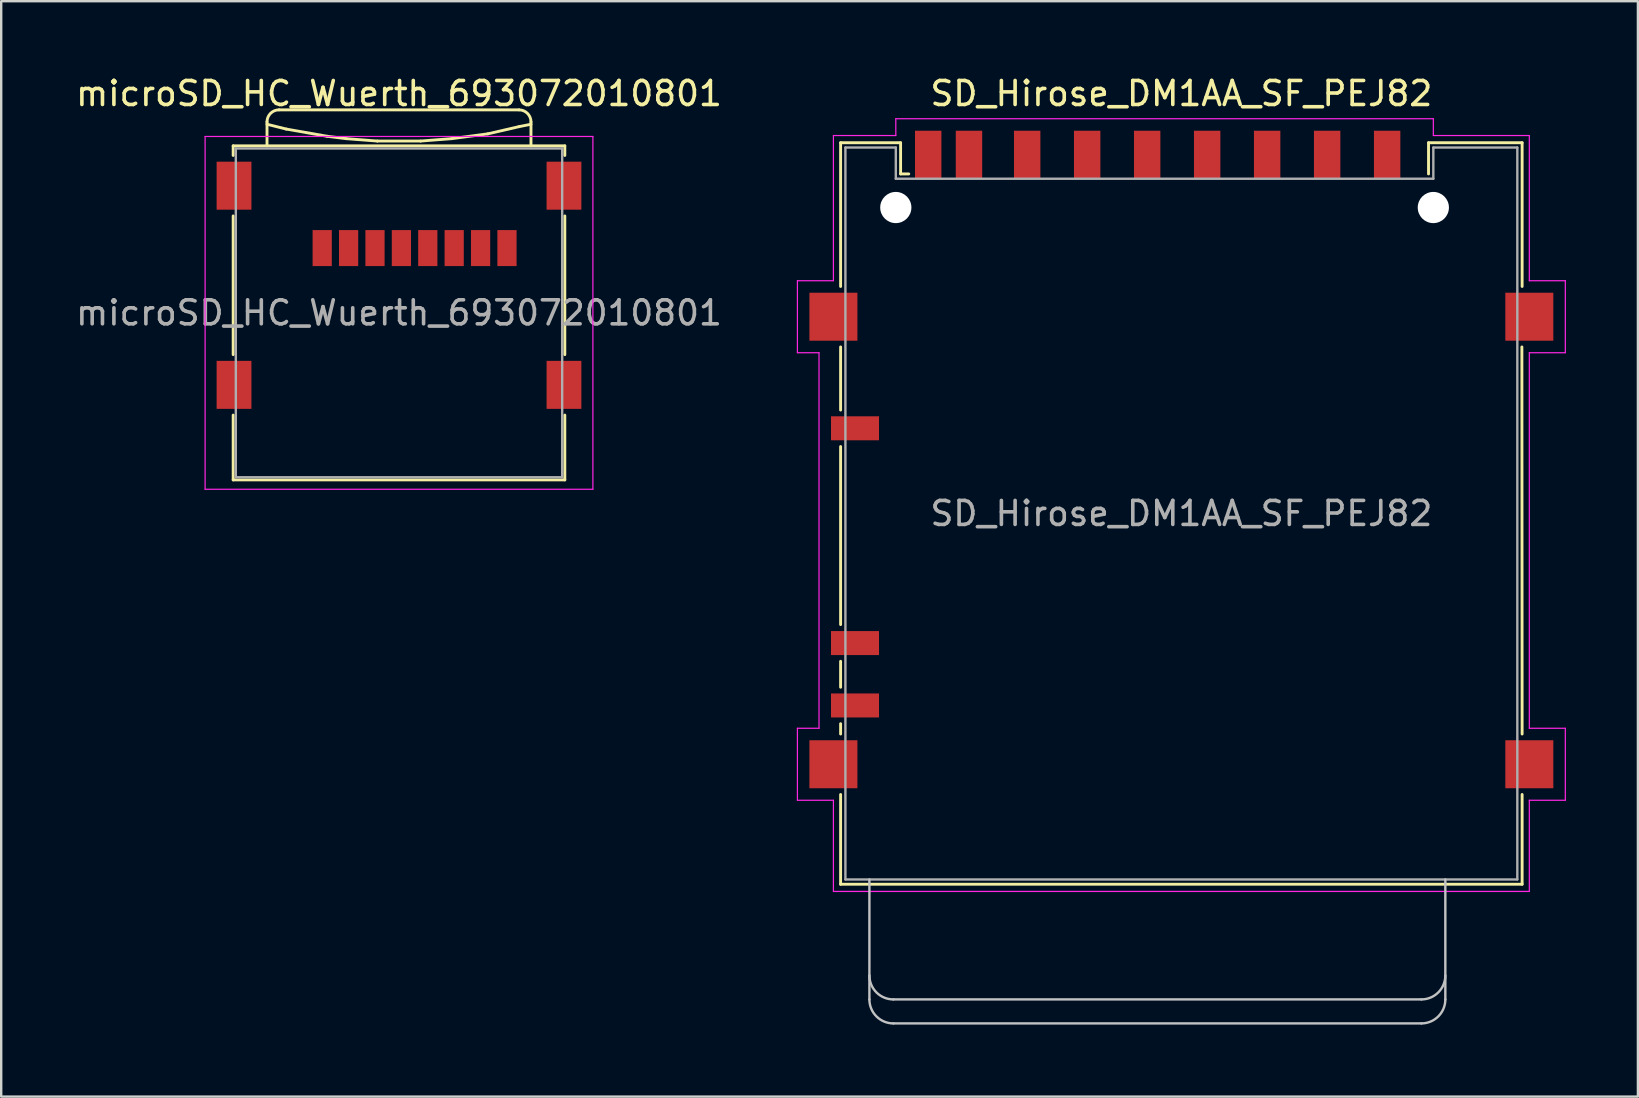
<source format=kicad_pcb>
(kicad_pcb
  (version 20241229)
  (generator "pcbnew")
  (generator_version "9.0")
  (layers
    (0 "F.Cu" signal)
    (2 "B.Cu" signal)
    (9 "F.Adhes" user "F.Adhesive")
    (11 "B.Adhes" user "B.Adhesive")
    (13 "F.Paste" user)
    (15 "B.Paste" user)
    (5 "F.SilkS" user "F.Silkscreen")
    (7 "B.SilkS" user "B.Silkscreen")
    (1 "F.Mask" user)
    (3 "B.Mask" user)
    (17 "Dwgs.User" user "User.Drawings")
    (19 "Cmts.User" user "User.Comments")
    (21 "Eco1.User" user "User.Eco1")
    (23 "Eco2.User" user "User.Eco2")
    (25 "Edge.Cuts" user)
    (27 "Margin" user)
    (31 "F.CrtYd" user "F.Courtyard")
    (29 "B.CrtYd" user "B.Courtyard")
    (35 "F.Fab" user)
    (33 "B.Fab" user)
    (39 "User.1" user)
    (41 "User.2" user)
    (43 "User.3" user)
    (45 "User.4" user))
  (footprint "microSD_HC_Wuerth_693072010801"
    (layer "F.Cu")
    (at 13.577 8.838)
    (property "Reference" "microSD_HC_Wuerth_693072010801" (at 0 -7.99 0) (layer "F.SilkS") (effects (font (size 1 1) (thickness 0.15))))
    (attr smd)
    (fp_line (start -6.91 -5.81) (end -6.91 -5.41) (stroke (width 0.12) (type solid)) (layer "F.SilkS"))
    (fp_line (start -6.91 -5.81) (end 6.91 -5.81) (stroke (width 0.12) (type solid)) (layer "F.SilkS"))
    (fp_line (start -6.91 -2.89) (end -6.91 2.89) (stroke (width 0.12) (type solid)) (layer "F.SilkS"))
    (fp_line (start -6.91 5.41) (end -6.91 8.11) (stroke (width 0.12) (type solid)) (layer "F.SilkS"))
    (fp_line (start -5.5 -6.71) (end -4.7 -6.51) (stroke (width 0.12) (type solid)) (layer "F.SilkS"))
    (fp_line (start -5.5 -5.81) (end -5.5 -6.81) (stroke (width 0.12) (type solid)) (layer "F.SilkS"))
    (fp_line (start -5 -7.31) (end 5 -7.31) (stroke (width 0.12) (type solid)) (layer "F.SilkS"))
    (fp_line (start -4.7 -6.51) (end -3 -6.21) (stroke (width 0.12) (type solid)) (layer "F.SilkS"))
    (fp_line (start -3 -6.21) (end -2.2 -6.11) (stroke (width 0.12) (type solid)) (layer "F.SilkS"))
    (fp_line (start -2.2 -6.11) (end -0.9 -6.01) (stroke (width 0.12) (type solid)) (layer "F.SilkS"))
    (fp_line (start -0.9 -6.01) (end 0.9 -6.01) (stroke (width 0.12) (type solid)) (layer "F.SilkS"))
    (fp_line (start 0.9 -6.01) (end 2.2 -6.11) (stroke (width 0.12) (type solid)) (layer "F.SilkS"))
    (fp_line (start 2.2 -6.11) (end 3.7 -6.31) (stroke (width 0.12) (type solid)) (layer "F.SilkS"))
    (fp_line (start 3.7 -6.31) (end 5 -6.61) (stroke (width 0.12) (type solid)) (layer "F.SilkS"))
    (fp_line (start 5 -6.61) (end 5.5 -6.71) (stroke (width 0.12) (type solid)) (layer "F.SilkS"))
    (fp_line (start 5.5 -5.81) (end 5.5 -6.81) (stroke (width 0.12) (type solid)) (layer "F.SilkS"))
    (fp_line (start 6.91 -5.81) (end 6.91 -5.41) (stroke (width 0.12) (type solid)) (layer "F.SilkS"))
    (fp_line (start 6.91 -2.89) (end 6.91 2.89) (stroke (width 0.12) (type solid)) (layer "F.SilkS"))
    (fp_line (start 6.91 5.41) (end 6.91 8.11) (stroke (width 0.12) (type solid)) (layer "F.SilkS"))
    (fp_line (start 6.91 8.11) (end -6.91 8.11) (stroke (width 0.12) (type solid)) (layer "F.SilkS"))
    (fp_arc (start -5.5 -6.81) (mid -5.353553 -7.163553) (end -5 -7.31) (stroke (width 0.12) (type solid)) (layer "F.SilkS"))
    (fp_arc (start 5 -7.31) (mid 5.353553 -7.163553) (end 5.5 -6.81) (stroke (width 0.12) (type solid)) (layer "F.SilkS"))
    (fp_line (start -8.08 -6.2) (end -8.08 8.5) (stroke (width 0.05) (type solid)) (layer "F.CrtYd"))
    (fp_line (start 8.08 -6.2) (end -8.08 -6.2) (stroke (width 0.05) (type solid)) (layer "F.CrtYd"))
    (fp_line (start 8.08 -6.2) (end 8.08 8.5) (stroke (width 0.05) (type solid)) (layer "F.CrtYd"))
    (fp_line (start 8.08 8.5) (end -8.08 8.5) (stroke (width 0.05) (type solid)) (layer "F.CrtYd"))
    (fp_line (start -6.8 -5.7) (end -6.8 8) (stroke (width 0.1) (type solid)) (layer "F.Fab"))
    (fp_line (start -6.8 8) (end 6.8 8) (stroke (width 0.1) (type solid)) (layer "F.Fab"))
    (fp_line (start 6.8 -5.7) (end -6.8 -5.7) (stroke (width 0.1) (type solid)) (layer "F.Fab"))
    (fp_line (start 6.8 8) (end 6.8 -5.7) (stroke (width 0.1) (type solid)) (layer "F.Fab"))
    (fp_text user "${REFERENCE}" (at 0 1.15 0) (layer "F.Fab") (effects (font (size 1 1) (thickness 0.15))))
    (pad "1" smd rect (at -3.2 -1.55) (size 0.8 1.5) (layers "F.Cu" "F.Mask" "F.Paste"))
    (pad "2" smd rect (at -2.1 -1.55) (size 0.8 1.5) (layers "F.Cu" "F.Mask" "F.Paste"))
    (pad "3" smd rect (at -1 -1.55) (size 0.8 1.5) (layers "F.Cu" "F.Mask" "F.Paste"))
    (pad "4" smd rect (at 0.1 -1.55) (size 0.8 1.5) (layers "F.Cu" "F.Mask" "F.Paste"))
    (pad "5" smd rect (at 1.2 -1.55) (size 0.8 1.5) (layers "F.Cu" "F.Mask" "F.Paste"))
    (pad "6" smd rect (at 2.3 -1.55) (size 0.8 1.5) (layers "F.Cu" "F.Mask" "F.Paste"))
    (pad "7" smd rect (at 3.4 -1.55) (size 0.8 1.5) (layers "F.Cu" "F.Mask" "F.Paste"))
    (pad "8" smd rect (at 4.5 -1.55) (size 0.8 1.5) (layers "F.Cu" "F.Mask" "F.Paste"))
    (pad "9" smd rect (at -6.875 -4.15) (size 1.45 2) (layers "F.Cu" "F.Mask" "F.Paste"))
    (pad "9" smd rect (at -6.875 4.15) (size 1.45 2) (layers "F.Cu" "F.Mask" "F.Paste"))
    (pad "9" smd rect (at 6.875 -4.15) (size 1.45 2) (layers "F.Cu" "F.Mask" "F.Paste"))
    (pad "9" smd rect (at 6.875 4.15) (size 1.45 2) (layers "F.Cu" "F.Mask" "F.Paste")))
  (footprint "SD_Hirose_DM1AA_SF_PEJ82"
    (layer "F.Cu")
    (at 46.18 18.348)
    (property "Reference" "SD_Hirose_DM1AA_SF_PEJ82" (at 0 -17.5 0) (layer "F.SilkS") (effects (font (size 1 1) (thickness 0.15))))
    (attr smd)
    (fp_line (start -14.2 -15.45) (end -11.7 -15.45) (stroke (width 0.12) (type solid)) (layer "F.SilkS"))
    (fp_line (start -14.2 -9.46) (end -14.2 -15.45) (stroke (width 0.12) (type solid)) (layer "F.SilkS"))
    (fp_line (start -14.2 -4.31) (end -14.2 -6.94) (stroke (width 0.12) (type solid)) (layer "F.SilkS"))
    (fp_line (start -14.2 4.63) (end -14.2 -2.79) (stroke (width 0.12) (type solid)) (layer "F.SilkS"))
    (fp_line (start -14.2 7.24) (end -14.2 6.16) (stroke (width 0.12) (type solid)) (layer "F.SilkS"))
    (fp_line (start -14.2 9.19) (end -14.2 8.76) (stroke (width 0.12) (type solid)) (layer "F.SilkS"))
    (fp_line (start -14.2 15.45) (end -14.2 11.71) (stroke (width 0.12) (type solid)) (layer "F.SilkS"))
    (fp_line (start -11.7 -15.45) (end -11.7 -14.15) (stroke (width 0.12) (type solid)) (layer "F.SilkS"))
    (fp_line (start -11.7 -14.15) (end -11.36 -14.15) (stroke (width 0.12) (type solid)) (layer "F.SilkS"))
    (fp_line (start 10.3 -15.45) (end 10.3 -14.15) (stroke (width 0.12) (type solid)) (layer "F.SilkS"))
    (fp_line (start 14.19 -6.94) (end 14.2 9.19) (stroke (width 0.12) (type solid)) (layer "F.SilkS"))
    (fp_line (start 14.2 -15.45) (end 10.3 -15.45) (stroke (width 0.12) (type solid)) (layer "F.SilkS"))
    (fp_line (start 14.2 -15.45) (end 14.2 -9.46) (stroke (width 0.12) (type solid)) (layer "F.SilkS"))
    (fp_line (start 14.2 11.71) (end 14.2 15.45) (stroke (width 0.12) (type solid)) (layer "F.SilkS"))
    (fp_line (start 14.2 15.45) (end -14.2 15.45) (stroke (width 0.12) (type solid)) (layer "F.SilkS"))
    (fp_line (start -13 20.25) (end -13 15.25) (stroke (width 0.1) (type solid)) (layer "Dwgs.User"))
    (fp_line (start 10 20.25) (end -12 20.25) (stroke (width 0.1) (type solid)) (layer "Dwgs.User"))
    (fp_line (start 10 21.25) (end -12 21.25) (stroke (width 0.1) (type solid)) (layer "Dwgs.User"))
    (fp_line (start 11 20.25) (end 11 15.25) (stroke (width 0.1) (type solid)) (layer "Dwgs.User"))
    (fp_arc (start -12 20.25) (mid -12.707107 19.957107) (end -13 19.25) (stroke (width 0.1) (type solid)) (layer "Dwgs.User"))
    (fp_arc (start -12 21.25) (mid -12.707107 20.957107) (end -13 20.25) (stroke (width 0.1) (type solid)) (layer "Dwgs.User"))
    (fp_arc (start 11 19.25) (mid 10.707107 19.957107) (end 10 20.25) (stroke (width 0.1) (type solid)) (layer "Dwgs.User"))
    (fp_arc (start 11 20.25) (mid 10.707107 20.957107) (end 10 21.25) (stroke (width 0.1) (type solid)) (layer "Dwgs.User"))
    (fp_line (start -16 -9.7) (end -16 -6.7) (stroke (width 0.05) (type solid)) (layer "F.CrtYd"))
    (fp_line (start -16 -6.7) (end -15.1 -6.7) (stroke (width 0.05) (type solid)) (layer "F.CrtYd"))
    (fp_line (start -16 8.95) (end -16 11.95) (stroke (width 0.05) (type solid)) (layer "F.CrtYd"))
    (fp_line (start -16 11.95) (end -14.5 11.95) (stroke (width 0.05) (type solid)) (layer "F.CrtYd"))
    (fp_line (start -15.1 -6.7) (end -15.1 8.95) (stroke (width 0.05) (type solid)) (layer "F.CrtYd"))
    (fp_line (start -15.1 8.95) (end -16 8.95) (stroke (width 0.05) (type solid)) (layer "F.CrtYd"))
    (fp_line (start -14.5 -15.75) (end -14.5 -9.7) (stroke (width 0.05) (type solid)) (layer "F.CrtYd"))
    (fp_line (start -14.5 -15.75) (end -11.9 -15.75) (stroke (width 0.05) (type solid)) (layer "F.CrtYd"))
    (fp_line (start -14.5 -9.7) (end -16 -9.7) (stroke (width 0.05) (type solid)) (layer "F.CrtYd"))
    (fp_line (start -14.5 11.95) (end -14.5 15.75) (stroke (width 0.05) (type solid)) (layer "F.CrtYd"))
    (fp_line (start -11.9 -16.45) (end 10.5 -16.45) (stroke (width 0.05) (type solid)) (layer "F.CrtYd"))
    (fp_line (start -11.9 -15.75) (end -11.9 -16.45) (stroke (width 0.05) (type solid)) (layer "F.CrtYd"))
    (fp_line (start 10.5 -16.45) (end 10.5 -15.75) (stroke (width 0.05) (type solid)) (layer "F.CrtYd"))
    (fp_line (start 10.5 -15.75) (end 14.5 -15.75) (stroke (width 0.05) (type solid)) (layer "F.CrtYd"))
    (fp_line (start 14.5 -15.75) (end 14.5 -9.7) (stroke (width 0.05) (type solid)) (layer "F.CrtYd"))
    (fp_line (start 14.5 -9.7) (end 16 -9.7) (stroke (width 0.05) (type solid)) (layer "F.CrtYd"))
    (fp_line (start 14.5 -6.7) (end 14.5 8.95) (stroke (width 0.05) (type solid)) (layer "F.CrtYd"))
    (fp_line (start 14.5 8.95) (end 16 8.95) (stroke (width 0.05) (type solid)) (layer "F.CrtYd"))
    (fp_line (start 14.5 11.95) (end 14.5 15.75) (stroke (width 0.05) (type solid)) (layer "F.CrtYd"))
    (fp_line (start 14.5 15.75) (end -14.5 15.75) (stroke (width 0.05) (type solid)) (layer "F.CrtYd"))
    (fp_line (start 16 -9.7) (end 16 -6.7) (stroke (width 0.05) (type solid)) (layer "F.CrtYd"))
    (fp_line (start 16 -6.7) (end 14.5 -6.7) (stroke (width 0.05) (type solid)) (layer "F.CrtYd"))
    (fp_line (start 16 8.95) (end 16 11.95) (stroke (width 0.05) (type solid)) (layer "F.CrtYd"))
    (fp_line (start 16 11.95) (end 14.5 11.95) (stroke (width 0.05) (type solid)) (layer "F.CrtYd"))
    (fp_line (start -14 -15.25) (end -14 15.25) (stroke (width 0.1) (type solid)) (layer "F.Fab"))
    (fp_line (start -14 -15.25) (end -11.9 -15.25) (stroke (width 0.1) (type solid)) (layer "F.Fab"))
    (fp_line (start -11.9 -13.95) (end -11.9 -15.25) (stroke (width 0.1) (type solid)) (layer "F.Fab"))
    (fp_line (start 10.5 -15.25) (end 10.5 -13.95) (stroke (width 0.1) (type solid)) (layer "F.Fab"))
    (fp_line (start 10.5 -13.95) (end -11.9 -13.95) (stroke (width 0.1) (type solid)) (layer "F.Fab"))
    (fp_line (start 14 -15.25) (end 10.5 -15.25) (stroke (width 0.1) (type solid)) (layer "F.Fab"))
    (fp_line (start 14 15.25) (end -14 15.25) (stroke (width 0.1) (type solid)) (layer "F.Fab"))
    (fp_line (start 14 15.25) (end 14 -15.25) (stroke (width 0.1) (type solid)) (layer "F.Fab"))
    (fp_text user "${REFERENCE}" (at 0 0 0) (layer "F.Fab") (effects (font (size 1 1) (thickness 0.15))))
    (pad "" np_thru_hole circle (at -11.9 -12.75) (size 1.3 1.3) (drill 1.3) (layers "*.Cu" "*.Mask"))
    (pad "" np_thru_hole circle (at 10.5 -12.75) (size 1.3 1.3) (drill 1.3) (layers "*.Cu" "*.Mask"))
    (pad "1" smd rect (at 6.075 -14.95) (size 1.1 2) (layers "F.Cu" "F.Mask" "F.Paste"))
    (pad "2" smd rect (at 3.575 -14.95) (size 1.1 2) (layers "F.Cu" "F.Mask" "F.Paste"))
    (pad "3" smd rect (at 1.075 -14.95) (size 1.1 2) (layers "F.Cu" "F.Mask" "F.Paste"))
    (pad "4" smd rect (at -1.425 -14.95) (size 1.1 2) (layers "F.Cu" "F.Mask" "F.Paste"))
    (pad "5" smd rect (at -3.925 -14.95) (size 1.1 2) (layers "F.Cu" "F.Mask" "F.Paste"))
    (pad "6" smd rect (at -6.425 -14.95) (size 1.1 2) (layers "F.Cu" "F.Mask" "F.Paste"))
    (pad "7" smd rect (at -8.85 -14.95) (size 1.1 2) (layers "F.Cu" "F.Mask" "F.Paste"))
    (pad "8" smd rect (at -10.55 -14.95) (size 1.1 2) (layers "F.Cu" "F.Mask" "F.Paste"))
    (pad "9" smd rect (at 8.575 -14.95) (size 1.1 2) (layers "F.Cu" "F.Mask" "F.Paste"))
    (pad "CP" smd rect (at -13.6 -3.55) (size 2 1) (layers "F.Cu" "F.Mask" "F.Paste"))
    (pad "SH" smd rect (at -14.5 -8.2) (size 2 2) (layers "F.Cu" "F.Mask" "F.Paste"))
    (pad "SH" smd rect (at -14.5 10.45) (size 2 2) (layers "F.Cu" "F.Mask" "F.Paste"))
    (pad "SH" smd rect (at 14.5 -8.2) (size 2 2) (layers "F.Cu" "F.Mask" "F.Paste"))
    (pad "SH" smd rect (at 14.5 10.45) (size 2 2) (layers "F.Cu" "F.Mask" "F.Paste"))
    (pad "SW" smd rect (at -13.6 8) (size 2 1) (layers "F.Cu" "F.Mask" "F.Paste"))
    (pad "WP" smd rect (at -13.6 5.4) (size 2 1) (layers "F.Cu" "F.Mask" "F.Paste")))
  (gr_rect
    (start -3 -3)
    (end 65.205 42.648)
    (stroke (width 0.1) (type default))
    (fill no)
    (layer "Edge.Cuts")))
</source>
